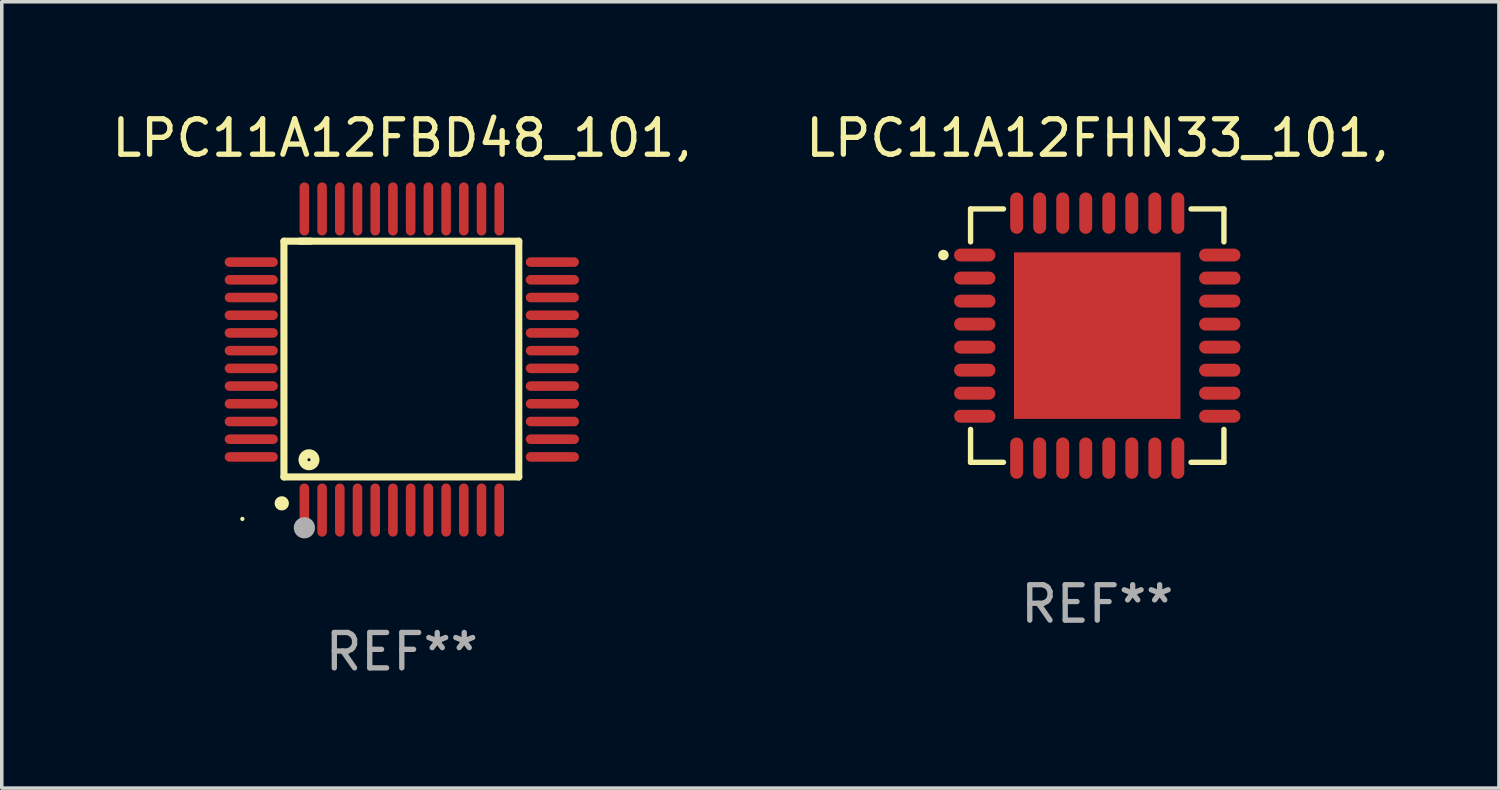
<source format=kicad_pcb>
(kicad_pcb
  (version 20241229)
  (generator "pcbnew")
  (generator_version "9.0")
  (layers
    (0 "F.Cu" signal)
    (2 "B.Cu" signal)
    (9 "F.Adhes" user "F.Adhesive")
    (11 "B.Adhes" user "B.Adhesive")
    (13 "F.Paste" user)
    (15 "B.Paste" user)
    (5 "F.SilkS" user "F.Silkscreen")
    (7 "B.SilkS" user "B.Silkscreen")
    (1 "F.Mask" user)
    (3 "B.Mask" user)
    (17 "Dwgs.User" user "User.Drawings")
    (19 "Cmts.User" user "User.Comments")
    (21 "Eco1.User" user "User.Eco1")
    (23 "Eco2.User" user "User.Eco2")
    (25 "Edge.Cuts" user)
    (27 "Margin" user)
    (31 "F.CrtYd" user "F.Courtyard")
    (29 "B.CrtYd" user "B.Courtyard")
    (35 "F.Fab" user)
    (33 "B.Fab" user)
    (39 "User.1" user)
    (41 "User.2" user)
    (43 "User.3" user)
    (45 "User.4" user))
  (footprint "LPC11A12FHN33_101,"
    (layer "F.Cu")
    (at 27.923 6.424)
    (property "Reference" "LPC11A12FHN33_101," (at 0 -5.576 0) (layer "F.SilkS") (effects (font (size 1 1) (thickness 0.15))))
    (attr through_hole)
    (fp_line (start -3.576 -3.576) (end -3.576 -2.647) (stroke (width 0.152) (type solid)) (layer "F.SilkS"))
    (fp_line (start -3.576 3.576) (end -3.576 2.647) (stroke (width 0.152) (type solid)) (layer "F.SilkS"))
    (fp_line (start -2.647 -3.576) (end -3.576 -3.576) (stroke (width 0.152) (type solid)) (layer "F.SilkS"))
    (fp_line (start -2.647 3.576) (end -3.576 3.576) (stroke (width 0.152) (type solid)) (layer "F.SilkS"))
    (fp_line (start 2.647 -3.576) (end 3.576 -3.576) (stroke (width 0.152) (type solid)) (layer "F.SilkS"))
    (fp_line (start 2.647 3.576) (end 3.576 3.576) (stroke (width 0.152) (type solid)) (layer "F.SilkS"))
    (fp_line (start 3.576 -3.576) (end 3.576 -2.647) (stroke (width 0.152) (type solid)) (layer "F.SilkS"))
    (fp_line (start 3.576 3.576) (end 3.576 2.647) (stroke (width 0.152) (type solid)) (layer "F.SilkS"))
    (fp_circle (center -4.342 -2.275) (end -4.267 -2.275) (stroke (width 0.15) (type solid)) (fill no) (layer "F.SilkS"))
    (fp_text user "REF**" (at 0 7.576 0) (layer "F.Fab") (effects (font (size 1 1) (thickness 0.15))))
    (pad "1" smd oval (at -3.458 -2.275 270) (size 0.364 1.167) (layers "F.Cu" "F.Mask" "F.Paste"))
    (pad "2" smd oval (at -3.458 -1.625 270) (size 0.364 1.167) (layers "F.Cu" "F.Mask" "F.Paste"))
    (pad "3" smd oval (at -3.458 -0.975 270) (size 0.364 1.167) (layers "F.Cu" "F.Mask" "F.Paste"))
    (pad "4" smd oval (at -3.458 -0.325 270) (size 0.364 1.167) (layers "F.Cu" "F.Mask" "F.Paste"))
    (pad "5" smd oval (at -3.458 0.325 270) (size 0.364 1.167) (layers "F.Cu" "F.Mask" "F.Paste"))
    (pad "6" smd oval (at -3.458 0.975 270) (size 0.364 1.167) (layers "F.Cu" "F.Mask" "F.Paste"))
    (pad "7" smd oval (at -3.458 1.625 270) (size 0.364 1.167) (layers "F.Cu" "F.Mask" "F.Paste"))
    (pad "8" smd oval (at -3.458 2.275 270) (size 0.364 1.167) (layers "F.Cu" "F.Mask" "F.Paste"))
    (pad "9" smd oval (at -2.275 3.458 270) (size 1.167 0.364) (layers "F.Cu" "F.Mask" "F.Paste"))
    (pad "10" smd oval (at -1.625 3.458 270) (size 1.167 0.364) (layers "F.Cu" "F.Mask" "F.Paste"))
    (pad "11" smd oval (at -0.975 3.458 270) (size 1.167 0.364) (layers "F.Cu" "F.Mask" "F.Paste"))
    (pad "12" smd oval (at -0.325 3.458 270) (size 1.167 0.364) (layers "F.Cu" "F.Mask" "F.Paste"))
    (pad "13" smd oval (at 0.325 3.458 270) (size 1.167 0.364) (layers "F.Cu" "F.Mask" "F.Paste"))
    (pad "14" smd oval (at 0.975 3.458 270) (size 1.167 0.364) (layers "F.Cu" "F.Mask" "F.Paste"))
    (pad "15" smd oval (at 1.625 3.458 270) (size 1.167 0.364) (layers "F.Cu" "F.Mask" "F.Paste"))
    (pad "16" smd oval (at 2.275 3.458 270) (size 1.167 0.364) (layers "F.Cu" "F.Mask" "F.Paste"))
    (pad "17" smd oval (at 3.458 2.275 270) (size 0.364 1.167) (layers "F.Cu" "F.Mask" "F.Paste"))
    (pad "18" smd oval (at 3.458 1.625 270) (size 0.364 1.167) (layers "F.Cu" "F.Mask" "F.Paste"))
    (pad "19" smd oval (at 3.458 0.975 270) (size 0.364 1.167) (layers "F.Cu" "F.Mask" "F.Paste"))
    (pad "20" smd oval (at 3.458 0.325 270) (size 0.364 1.167) (layers "F.Cu" "F.Mask" "F.Paste"))
    (pad "21" smd oval (at 3.458 -0.325 270) (size 0.364 1.167) (layers "F.Cu" "F.Mask" "F.Paste"))
    (pad "22" smd oval (at 3.458 -0.975 270) (size 0.364 1.167) (layers "F.Cu" "F.Mask" "F.Paste"))
    (pad "23" smd oval (at 3.458 -1.625 270) (size 0.364 1.167) (layers "F.Cu" "F.Mask" "F.Paste"))
    (pad "24" smd oval (at 3.458 -2.275 270) (size 0.364 1.167) (layers "F.Cu" "F.Mask" "F.Paste"))
    (pad "25" smd oval (at 2.275 -3.458 270) (size 1.167 0.364) (layers "F.Cu" "F.Mask" "F.Paste"))
    (pad "26" smd oval (at 1.625 -3.458 270) (size 1.167 0.364) (layers "F.Cu" "F.Mask" "F.Paste"))
    (pad "27" smd oval (at 0.975 -3.458 270) (size 1.167 0.364) (layers "F.Cu" "F.Mask" "F.Paste"))
    (pad "28" smd oval (at 0.325 -3.458 270) (size 1.167 0.364) (layers "F.Cu" "F.Mask" "F.Paste"))
    (pad "29" smd oval (at -0.325 -3.458 270) (size 1.167 0.364) (layers "F.Cu" "F.Mask" "F.Paste"))
    (pad "30" smd oval (at -0.975 -3.458 270) (size 1.167 0.364) (layers "F.Cu" "F.Mask" "F.Paste"))
    (pad "31" smd oval (at -1.625 -3.458 270) (size 1.167 0.364) (layers "F.Cu" "F.Mask" "F.Paste"))
    (pad "32" smd oval (at -2.275 -3.458 270) (size 1.167 0.364) (layers "F.Cu" "F.Mask" "F.Paste"))
    (pad "33" smd rect (at 0 0 270) (size 4.7 4.7) (layers "F.Cu" "F.Mask" "F.Paste")))
  (footprint "LPC11A12FBD48_101,"
    (layer "F.Cu")
    (at 8.292 7.098)
    (property "Reference" "LPC11A12FBD48_101," (at 0 -6.25 0) (layer "F.SilkS") (effects (font (size 1 1) (thickness 0.15))))
    (attr through_hole)
    (fp_line (start -3.327 -3.34) (end -2.565 -3.34) (stroke (width 0.2) (type solid)) (layer "F.SilkS"))
    (fp_line (start -3.327 3.315) (end -3.327 -3.34) (stroke (width 0.2) (type solid)) (layer "F.SilkS"))
    (fp_line (start -2.896 -3.34) (end 3.302 -3.34) (stroke (width 0.2) (type solid)) (layer "F.SilkS"))
    (fp_line (start 3.302 -3.34) (end 3.302 3.315) (stroke (width 0.2) (type solid)) (layer "F.SilkS"))
    (fp_line (start 3.302 3.315) (end -3.327 3.315) (stroke (width 0.2) (type solid)) (layer "F.SilkS"))
    (fp_arc (start -3.389992 4.059995) (mid -3.388722 4.059991) (end -3.387452 4.059995) (stroke (width 0.4) (type solid)) (layer "F.SilkS"))
    (fp_circle (center -4.5 4.5) (end -4.47 4.5) (stroke (width 0.06) (type solid)) (fill no) (layer "F.SilkS"))
    (fp_circle (center -2.62 2.83) (end -2.45 2.83) (stroke (width 0.254) (type solid)) (fill no) (layer "F.SilkS"))
    (fp_circle (center -2.75 4.75) (end -2.6 4.75) (stroke (width 0.3) (type solid)) (fill no) (layer "F.Fab"))
    (fp_text user "REF**" (at 0 8.25 0) (layer "F.Fab") (effects (font (size 1 1) (thickness 0.15))))
    (pad "1" smd oval (at -2.75 4.25) (size 0.27 1.5) (layers "F.Cu" "F.Mask" "F.Paste"))
    (pad "2" smd oval (at -2.25 4.25) (size 0.27 1.5) (layers "F.Cu" "F.Mask" "F.Paste"))
    (pad "3" smd oval (at -1.75 4.25) (size 0.27 1.5) (layers "F.Cu" "F.Mask" "F.Paste"))
    (pad "4" smd oval (at -1.25 4.25) (size 0.27 1.5) (layers "F.Cu" "F.Mask" "F.Paste"))
    (pad "5" smd oval (at -0.75 4.25) (size 0.27 1.5) (layers "F.Cu" "F.Mask" "F.Paste"))
    (pad "6" smd oval (at -0.25 4.25) (size 0.27 1.5) (layers "F.Cu" "F.Mask" "F.Paste"))
    (pad "7" smd oval (at 0.25 4.25) (size 0.27 1.5) (layers "F.Cu" "F.Mask" "F.Paste"))
    (pad "8" smd oval (at 0.75 4.25) (size 0.27 1.5) (layers "F.Cu" "F.Mask" "F.Paste"))
    (pad "9" smd oval (at 1.25 4.25) (size 0.27 1.5) (layers "F.Cu" "F.Mask" "F.Paste"))
    (pad "10" smd oval (at 1.75 4.25) (size 0.27 1.5) (layers "F.Cu" "F.Mask" "F.Paste"))
    (pad "11" smd oval (at 2.25 4.25) (size 0.27 1.5) (layers "F.Cu" "F.Mask" "F.Paste"))
    (pad "12" smd oval (at 2.75 4.25) (size 0.27 1.5) (layers "F.Cu" "F.Mask" "F.Paste"))
    (pad "13" smd oval (at 4.25 2.75) (size 1.5 0.27) (layers "F.Cu" "F.Mask" "F.Paste"))
    (pad "14" smd oval (at 4.25 2.25) (size 1.5 0.27) (layers "F.Cu" "F.Mask" "F.Paste"))
    (pad "15" smd oval (at 4.25 1.75) (size 1.5 0.27) (layers "F.Cu" "F.Mask" "F.Paste"))
    (pad "16" smd oval (at 4.25 1.25) (size 1.5 0.27) (layers "F.Cu" "F.Mask" "F.Paste"))
    (pad "17" smd oval (at 4.25 0.75) (size 1.5 0.27) (layers "F.Cu" "F.Mask" "F.Paste"))
    (pad "18" smd oval (at 4.25 0.25) (size 1.5 0.27) (layers "F.Cu" "F.Mask" "F.Paste"))
    (pad "19" smd oval (at 4.25 -0.25) (size 1.5 0.27) (layers "F.Cu" "F.Mask" "F.Paste"))
    (pad "20" smd oval (at 4.25 -0.75) (size 1.5 0.27) (layers "F.Cu" "F.Mask" "F.Paste"))
    (pad "21" smd oval (at 4.25 -1.25) (size 1.5 0.27) (layers "F.Cu" "F.Mask" "F.Paste"))
    (pad "22" smd oval (at 4.25 -1.75) (size 1.5 0.27) (layers "F.Cu" "F.Mask" "F.Paste"))
    (pad "23" smd oval (at 4.25 -2.25) (size 1.5 0.27) (layers "F.Cu" "F.Mask" "F.Paste"))
    (pad "24" smd oval (at 4.25 -2.75) (size 1.5 0.27) (layers "F.Cu" "F.Mask" "F.Paste"))
    (pad "25" smd oval (at 2.75 -4.25) (size 0.27 1.5) (layers "F.Cu" "F.Mask" "F.Paste"))
    (pad "26" smd oval (at 2.25 -4.25) (size 0.27 1.5) (layers "F.Cu" "F.Mask" "F.Paste"))
    (pad "27" smd oval (at 1.75 -4.25) (size 0.27 1.5) (layers "F.Cu" "F.Mask" "F.Paste"))
    (pad "28" smd oval (at 1.25 -4.25) (size 0.27 1.5) (layers "F.Cu" "F.Mask" "F.Paste"))
    (pad "29" smd oval (at 0.75 -4.25) (size 0.27 1.5) (layers "F.Cu" "F.Mask" "F.Paste"))
    (pad "30" smd oval (at 0.25 -4.25) (size 0.27 1.5) (layers "F.Cu" "F.Mask" "F.Paste"))
    (pad "31" smd oval (at -0.25 -4.25) (size 0.27 1.5) (layers "F.Cu" "F.Mask" "F.Paste"))
    (pad "32" smd oval (at -0.75 -4.25) (size 0.27 1.5) (layers "F.Cu" "F.Mask" "F.Paste"))
    (pad "33" smd oval (at -1.25 -4.25) (size 0.27 1.5) (layers "F.Cu" "F.Mask" "F.Paste"))
    (pad "34" smd oval (at -1.75 -4.25) (size 0.27 1.5) (layers "F.Cu" "F.Mask" "F.Paste"))
    (pad "35" smd oval (at -2.25 -4.25) (size 0.27 1.5) (layers "F.Cu" "F.Mask" "F.Paste"))
    (pad "36" smd oval (at -2.75 -4.25) (size 0.27 1.5) (layers "F.Cu" "F.Mask" "F.Paste"))
    (pad "37" smd oval (at -4.25 -2.75) (size 1.5 0.27) (layers "F.Cu" "F.Mask" "F.Paste"))
    (pad "38" smd oval (at -4.25 -2.25) (size 1.5 0.27) (layers "F.Cu" "F.Mask" "F.Paste"))
    (pad "39" smd oval (at -4.25 -1.75) (size 1.5 0.27) (layers "F.Cu" "F.Mask" "F.Paste"))
    (pad "40" smd oval (at -4.25 -1.25) (size 1.5 0.27) (layers "F.Cu" "F.Mask" "F.Paste"))
    (pad "41" smd oval (at -4.25 -0.75) (size 1.5 0.27) (layers "F.Cu" "F.Mask" "F.Paste"))
    (pad "42" smd oval (at -4.25 -0.25) (size 1.5 0.27) (layers "F.Cu" "F.Mask" "F.Paste"))
    (pad "43" smd oval (at -4.25 0.25) (size 1.5 0.27) (layers "F.Cu" "F.Mask" "F.Paste"))
    (pad "44" smd oval (at -4.25 0.75) (size 1.5 0.27) (layers "F.Cu" "F.Mask" "F.Paste"))
    (pad "45" smd oval (at -4.25 1.25) (size 1.5 0.27) (layers "F.Cu" "F.Mask" "F.Paste"))
    (pad "46" smd oval (at -4.25 1.75) (size 1.5 0.27) (layers "F.Cu" "F.Mask" "F.Paste"))
    (pad "47" smd oval (at -4.25 2.25) (size 1.5 0.27) (layers "F.Cu" "F.Mask" "F.Paste"))
    (pad "48" smd oval (at -4.25 2.75) (size 1.5 0.27) (layers "F.Cu" "F.Mask" "F.Paste")))
  (gr_rect
    (start -3 -3)
    (end 39.262 19.196)
    (stroke (width 0.1) (type default))
    (fill no)
    (layer "Edge.Cuts")))
</source>
